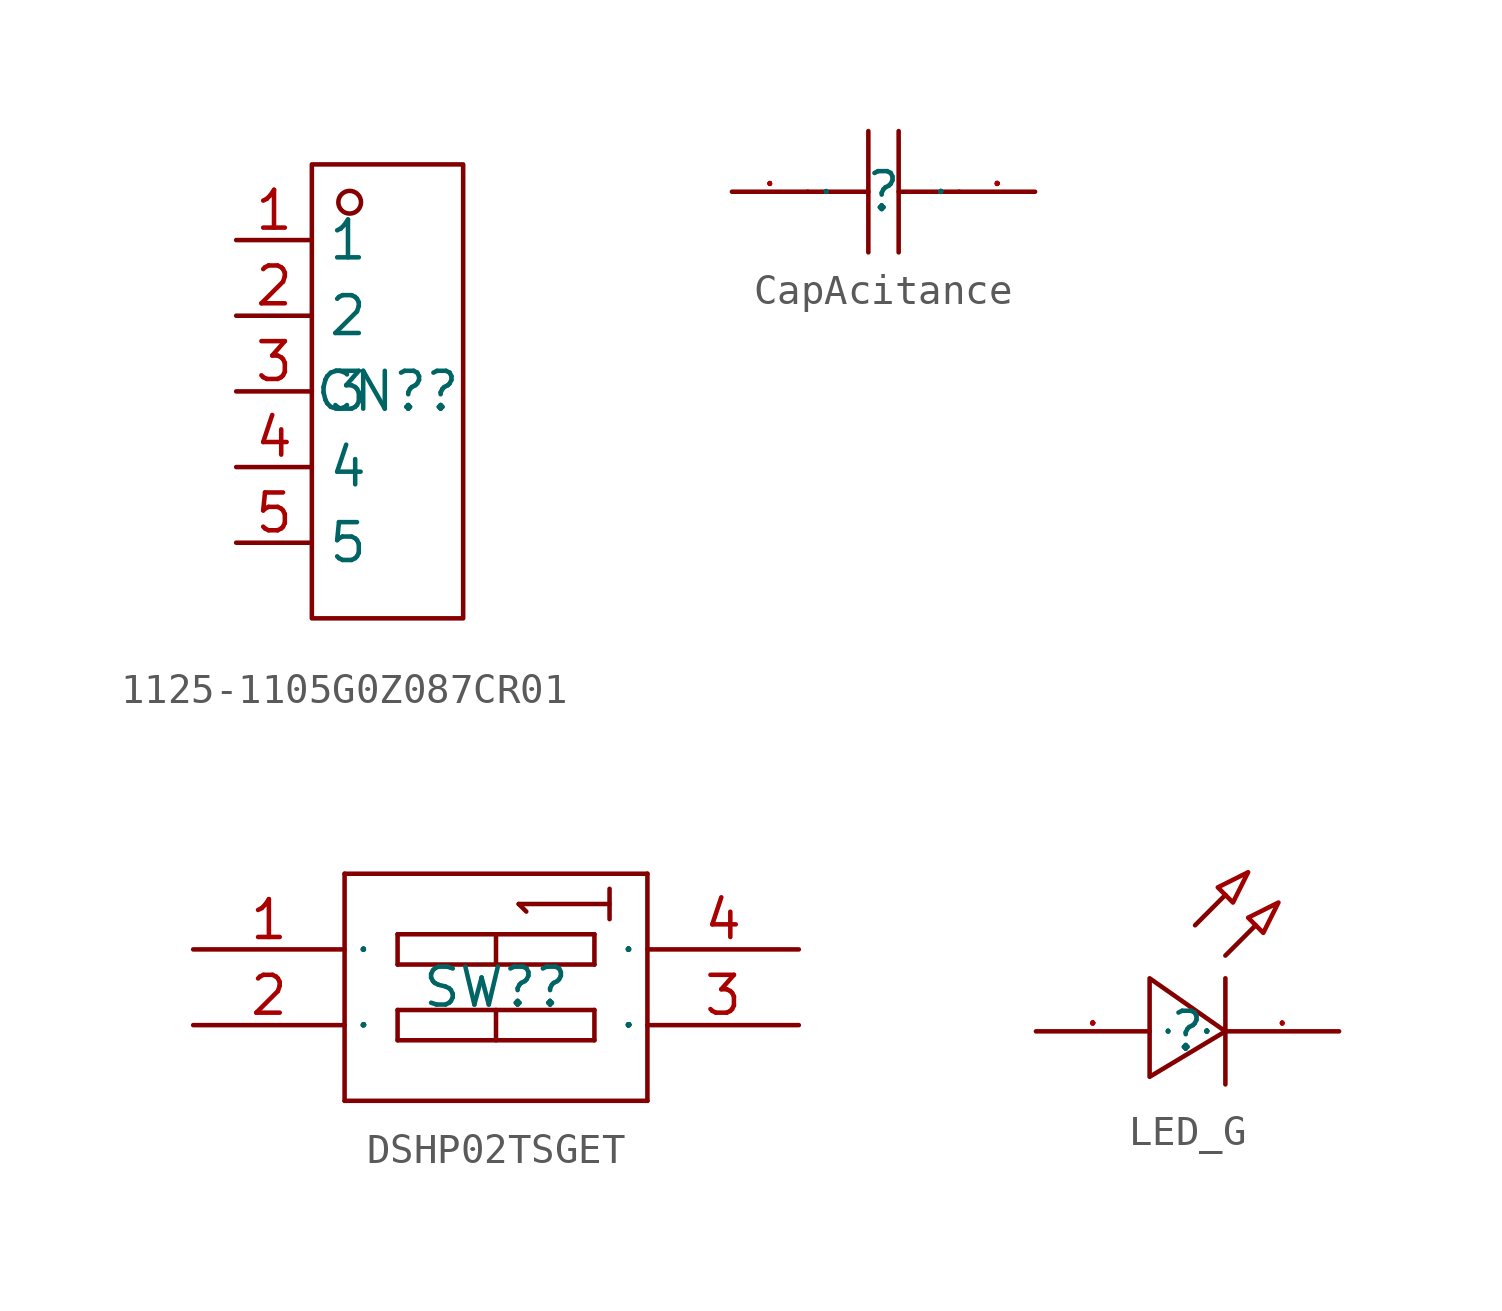
<source format=kicad_sym>
(kicad_symbol_lib
  (version 20231120)
  (generator "kicad_symbol_editor")
  (generator_version "8.0")
  (symbol "1125-1105G0Z087CR01"
    (property "Reference" "CN?"
      (at 0 0 0)
      (effects (font (size 1.27 1.27))))
    (property "Value" ""
      (at 0 0 0)
      (effects (font (size 1.27 1.27))))
    (symbol "1125-1105G0Z087CR01_1_0"
      (rectangle (start -2.54 -7.62) (end 2.54 7.62) (stroke (width 0) (type default)) (fill (type none)))
      (circle (center -1.27 6.35) (radius 0.381) (stroke (width 0) (type default)) (fill (type none)))
      (pin input line (at -5.08 5.08 0) (length 2.54) (name "1" (effects (font (size 1.27 1.27)))) (number "1" (effects (font (size 1.27 1.27)))))
      (pin input line (at -5.08 2.54 0) (length 2.54) (name "2" (effects (font (size 1.27 1.27)))) (number "2" (effects (font (size 1.27 1.27)))))
      (pin input line (at -5.08 0 0) (length 2.54) (name "3" (effects (font (size 1.27 1.27)))) (number "3" (effects (font (size 1.27 1.27)))))
      (pin input line (at -5.08 -2.54 0) (length 2.54) (name "4" (effects (font (size 1.27 1.27)))) (number "4" (effects (font (size 1.27 1.27)))))
      (pin input line (at -5.08 -5.08 0) (length 2.54) (name "5" (effects (font (size 1.27 1.27)))) (number "5" (effects (font (size 1.27 1.27)))))))
  (symbol "CapAcitance"
    (property "Reference" ""
      (at 0 0 0)
      (effects (font (size 1.27 1.27))))
    (property "Value" ""
      (at 0 0 0)
      (effects (font (size 1.27 1.27))))
    (symbol "CapAcitance_1_0"
      (polyline (pts (xy -0.508 -2.032) (xy -0.508 2.032)) (stroke (width 0) (type default)) (fill (type none)))
      (polyline (pts (xy -0.508 0) (xy -2.54 0)) (stroke (width 0) (type default)) (fill (type none)))
      (polyline (pts (xy 0.508 2.032) (xy 0.508 -2.032)) (stroke (width 0) (type default)) (fill (type none)))
      (polyline (pts (xy 2.54 0) (xy 0.508 0)) (stroke (width 0) (type default)) (fill (type none)))
      (pin input line (at -5.08 0 0) (length 2.54) (name "1" (effects (font (size 0.025 0.025)))) (number "1" (effects (font (size 0.025 0.025)))))
      (pin input line (at 5.08 0 180) (length 2.54) (name "2" (effects (font (size 0.025 0.025)))) (number "2" (effects (font (size 0.025 0.025)))))))
  (symbol "DSHP02TSGET"
    (property "Reference" "SW?"
      (at 0 0 0)
      (effects (font (size 1.27 1.27))))
    (property "Value" ""
      (at 0 0 0)
      (effects (font (size 1.27 1.27))))
    (symbol "DSHP02TSGET_1_0"
      (polyline (pts (xy -5.08 -3.81) (xy -5.08 3.81)) (stroke (width 0) (type default)) (fill (type none)))
      (polyline (pts (xy -5.08 3.81) (xy 5.08 3.81)) (stroke (width 0) (type default)) (fill (type none)))
      (polyline (pts (xy -3.302 -1.778) (xy -3.302 -0.762)) (stroke (width 0) (type default)) (fill (type none)))
      (polyline (pts (xy -3.302 -0.762) (xy 3.302 -0.762)) (stroke (width 0) (type default)) (fill (type none)))
      (polyline (pts (xy -3.302 0.762) (xy -3.302 1.778)) (stroke (width 0) (type default)) (fill (type none)))
      (polyline (pts (xy -3.302 1.778) (xy 3.302 1.778)) (stroke (width 0) (type default)) (fill (type none)))
      (polyline (pts (xy 0 -0.762) (xy 0 -1.778)) (stroke (width 0) (type default)) (fill (type none)))
      (polyline (pts (xy 0 1.778) (xy 0 0.762)) (stroke (width 0) (type default)) (fill (type none)))
      (polyline (pts (xy 0.762 2.794) (xy 3.81 2.794)) (stroke (width 0) (type default)) (fill (type none)))
      (polyline (pts (xy 1.016 2.54) (xy 0.762 2.794)) (stroke (width 0) (type default)) (fill (type none)))
      (polyline (pts (xy 3.302 -1.778) (xy -3.302 -1.778)) (stroke (width 0) (type default)) (fill (type none)))
      (polyline (pts (xy 3.302 -0.762) (xy 3.302 -1.778)) (stroke (width 0) (type default)) (fill (type none)))
      (polyline (pts (xy 3.302 0.762) (xy -3.302 0.762)) (stroke (width 0) (type default)) (fill (type none)))
      (polyline (pts (xy 3.302 1.778) (xy 3.302 0.762)) (stroke (width 0) (type default)) (fill (type none)))
      (polyline (pts (xy 3.81 3.302) (xy 3.81 2.286)) (stroke (width 0) (type default)) (fill (type none)))
      (polyline (pts (xy 5.08 -3.81) (xy -5.08 -3.81)) (stroke (width 0) (type default)) (fill (type none)))
      (polyline (pts (xy 5.08 3.81) (xy 5.08 -3.81)) (stroke (width 0) (type default)) (fill (type none)))
      (pin input line (at -10.16 1.27 0) (length 5.08) (name "A1" (effects (font (size 0.025 0.025)))) (number "1" (effects (font (size 1.27 1.27)))))
      (pin input line (at -10.16 -1.27 0) (length 5.08) (name "A2" (effects (font (size 0.025 0.025)))) (number "2" (effects (font (size 1.27 1.27)))))
      (pin input line (at 10.16 -1.27 180) (length 5.08) (name "B2" (effects (font (size 0.025 0.025)))) (number "3" (effects (font (size 1.27 1.27)))))
      (pin input line (at 10.16 1.27 180) (length 5.08) (name "B1" (effects (font (size 0.025 0.025)))) (number "4" (effects (font (size 1.27 1.27)))))))
  (symbol "LED_G"
    (property "Reference" ""
      (at 0 0 0)
      (effects (font (size 1.27 1.27))))
    (property "Value" ""
      (at 0 0 0)
      (effects (font (size 1.27 1.27))))
    (symbol "LED_G_1_0"
      (polyline (pts (xy 0.254 3.556) (xy 1.27 4.572)) (stroke (width 0) (type default)) (fill (type none)))
      (polyline (pts (xy 1.27 -1.778) (xy 1.27 1.778)) (stroke (width 0) (type default)) (fill (type none)))
      (polyline (pts (xy 1.27 2.54) (xy 2.286 3.556)) (stroke (width 0) (type default)) (fill (type none)))
      (polyline (pts (xy -1.27 -1.524) (xy 1.27 0) (xy -1.27 1.778) (xy -1.27 -1.524)) (stroke (width 0) (type default)) (fill (type none)))
      (polyline (pts (xy 2.032 5.334) (xy 1.016 4.826) (xy 1.524 4.318) (xy 2.032 5.334)) (stroke (width 0) (type default) (color 160 0 0 1)) (fill (type none)))
      (polyline (pts (xy 3.048 4.318) (xy 2.032 3.81) (xy 2.54 3.302) (xy 3.048 4.318)) (stroke (width 0) (type default) (color 160 0 0 1)) (fill (type none)))
      (pin input line (at 5.08 0 180) (length 3.81) (name "C" (effects (font (size 0.025 0.025)))) (number "1" (effects (font (size 0.025 0.025)))))
      (pin input line (at -5.08 0 0) (length 3.81) (name "A" (effects (font (size 0.025 0.025)))) (number "2" (effects (font (size 0.025 0.025))))))))
</source>
